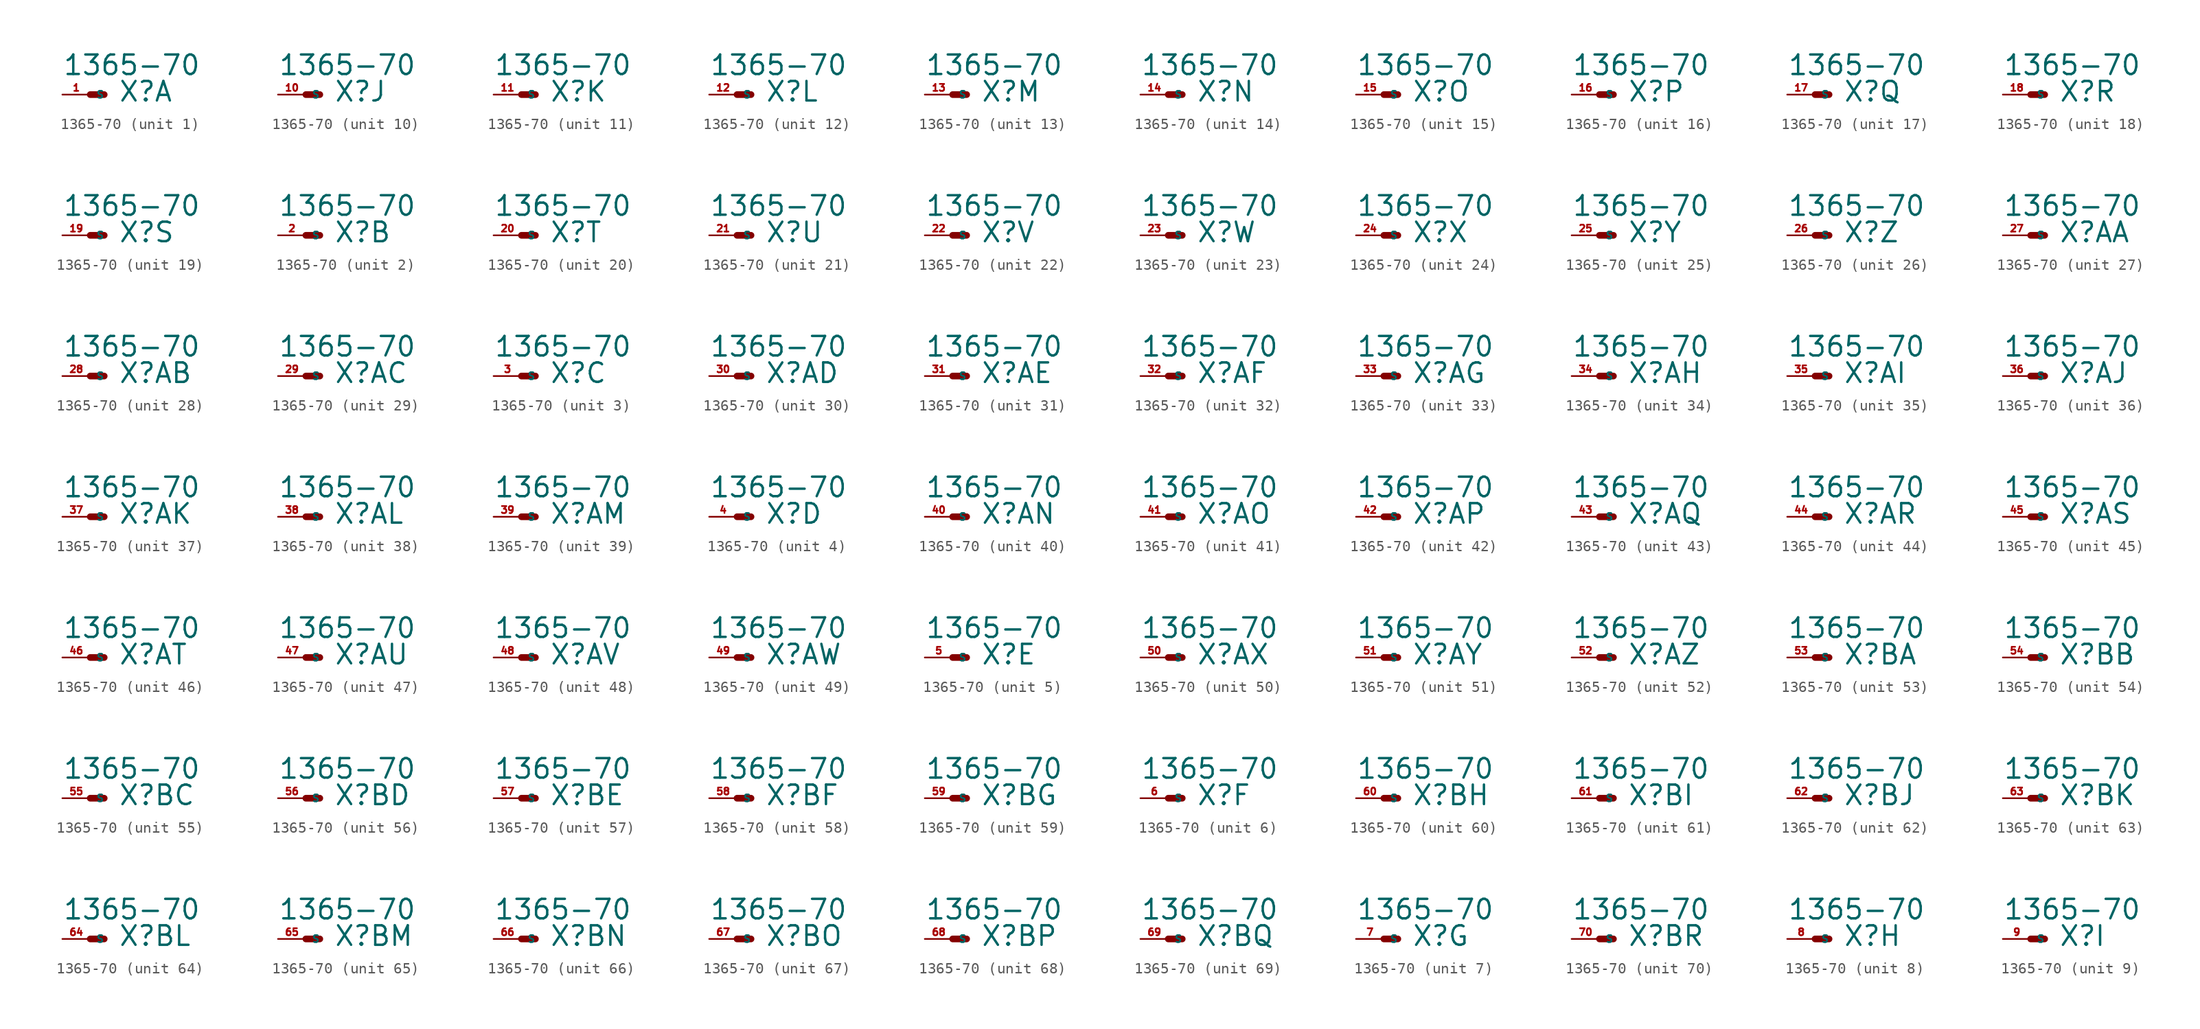
<source format=kicad_sym>
(kicad_symbol_lib
  (version 20220914)
  (generator Eagle2Kicad)
  (symbol "1365-70"
    (property "Reference" "X"
      (at 2.54 -0.762 0)
      (effects (font (size 1.778 1.778) (thickness 0.22)) (justify left bottom)))
    (property "Value" "1365-70"
      (at -2.54 1.651 0)
      (effects (font (size 1.778 1.778) (thickness 0.22)) (justify left bottom)))
    (symbol "1365-70_1_0"
      (polyline (pts (xy 0 0) (xy 1.27 0)) (stroke (width 0.61) (type default)) (fill (type none)))
      (pin passive line (at -2.54 0 0) (length 2.54) (name "S" (effects (font (size 0.635 0.635) (thickness 0.08)) (justify left bottom))) (number "1" (effects (font (size 0.635 0.635) (thickness 0.08)) (justify left bottom)))))
    (symbol "1365-70_2_0"
      (polyline (pts (xy 0 0) (xy 1.27 0)) (stroke (width 0.61) (type default)) (fill (type none)))
      (pin passive line (at -2.54 0 0) (length 2.54) (name "S" (effects (font (size 0.635 0.635) (thickness 0.08)) (justify left bottom))) (number "2" (effects (font (size 0.635 0.635) (thickness 0.08)) (justify left bottom)))))
    (symbol "1365-70_3_0"
      (polyline (pts (xy 0 0) (xy 1.27 0)) (stroke (width 0.61) (type default)) (fill (type none)))
      (pin passive line (at -2.54 0 0) (length 2.54) (name "S" (effects (font (size 0.635 0.635) (thickness 0.08)) (justify left bottom))) (number "3" (effects (font (size 0.635 0.635) (thickness 0.08)) (justify left bottom)))))
    (symbol "1365-70_4_0"
      (polyline (pts (xy 0 0) (xy 1.27 0)) (stroke (width 0.61) (type default)) (fill (type none)))
      (pin passive line (at -2.54 0 0) (length 2.54) (name "S" (effects (font (size 0.635 0.635) (thickness 0.08)) (justify left bottom))) (number "4" (effects (font (size 0.635 0.635) (thickness 0.08)) (justify left bottom)))))
    (symbol "1365-70_5_0"
      (polyline (pts (xy 0 0) (xy 1.27 0)) (stroke (width 0.61) (type default)) (fill (type none)))
      (pin passive line (at -2.54 0 0) (length 2.54) (name "S" (effects (font (size 0.635 0.635) (thickness 0.08)) (justify left bottom))) (number "5" (effects (font (size 0.635 0.635) (thickness 0.08)) (justify left bottom)))))
    (symbol "1365-70_6_0"
      (polyline (pts (xy 0 0) (xy 1.27 0)) (stroke (width 0.61) (type default)) (fill (type none)))
      (pin passive line (at -2.54 0 0) (length 2.54) (name "S" (effects (font (size 0.635 0.635) (thickness 0.08)) (justify left bottom))) (number "6" (effects (font (size 0.635 0.635) (thickness 0.08)) (justify left bottom)))))
    (symbol "1365-70_7_0"
      (polyline (pts (xy 0 0) (xy 1.27 0)) (stroke (width 0.61) (type default)) (fill (type none)))
      (pin passive line (at -2.54 0 0) (length 2.54) (name "S" (effects (font (size 0.635 0.635) (thickness 0.08)) (justify left bottom))) (number "7" (effects (font (size 0.635 0.635) (thickness 0.08)) (justify left bottom)))))
    (symbol "1365-70_8_0"
      (polyline (pts (xy 0 0) (xy 1.27 0)) (stroke (width 0.61) (type default)) (fill (type none)))
      (pin passive line (at -2.54 0 0) (length 2.54) (name "S" (effects (font (size 0.635 0.635) (thickness 0.08)) (justify left bottom))) (number "8" (effects (font (size 0.635 0.635) (thickness 0.08)) (justify left bottom)))))
    (symbol "1365-70_9_0"
      (polyline (pts (xy 0 0) (xy 1.27 0)) (stroke (width 0.61) (type default)) (fill (type none)))
      (pin passive line (at -2.54 0 0) (length 2.54) (name "S" (effects (font (size 0.635 0.635) (thickness 0.08)) (justify left bottom))) (number "9" (effects (font (size 0.635 0.635) (thickness 0.08)) (justify left bottom)))))
    (symbol "1365-70_10_0"
      (polyline (pts (xy 0 0) (xy 1.27 0)) (stroke (width 0.61) (type default)) (fill (type none)))
      (pin passive line (at -2.54 0 0) (length 2.54) (name "S" (effects (font (size 0.635 0.635) (thickness 0.08)) (justify left bottom))) (number "10" (effects (font (size 0.635 0.635) (thickness 0.08)) (justify left bottom)))))
    (symbol "1365-70_11_0"
      (polyline (pts (xy 0 0) (xy 1.27 0)) (stroke (width 0.61) (type default)) (fill (type none)))
      (pin passive line (at -2.54 0 0) (length 2.54) (name "S" (effects (font (size 0.635 0.635) (thickness 0.08)) (justify left bottom))) (number "11" (effects (font (size 0.635 0.635) (thickness 0.08)) (justify left bottom)))))
    (symbol "1365-70_12_0"
      (polyline (pts (xy 0 0) (xy 1.27 0)) (stroke (width 0.61) (type default)) (fill (type none)))
      (pin passive line (at -2.54 0 0) (length 2.54) (name "S" (effects (font (size 0.635 0.635) (thickness 0.08)) (justify left bottom))) (number "12" (effects (font (size 0.635 0.635) (thickness 0.08)) (justify left bottom)))))
    (symbol "1365-70_13_0"
      (polyline (pts (xy 0 0) (xy 1.27 0)) (stroke (width 0.61) (type default)) (fill (type none)))
      (pin passive line (at -2.54 0 0) (length 2.54) (name "S" (effects (font (size 0.635 0.635) (thickness 0.08)) (justify left bottom))) (number "13" (effects (font (size 0.635 0.635) (thickness 0.08)) (justify left bottom)))))
    (symbol "1365-70_14_0"
      (polyline (pts (xy 0 0) (xy 1.27 0)) (stroke (width 0.61) (type default)) (fill (type none)))
      (pin passive line (at -2.54 0 0) (length 2.54) (name "S" (effects (font (size 0.635 0.635) (thickness 0.08)) (justify left bottom))) (number "14" (effects (font (size 0.635 0.635) (thickness 0.08)) (justify left bottom)))))
    (symbol "1365-70_15_0"
      (polyline (pts (xy 0 0) (xy 1.27 0)) (stroke (width 0.61) (type default)) (fill (type none)))
      (pin passive line (at -2.54 0 0) (length 2.54) (name "S" (effects (font (size 0.635 0.635) (thickness 0.08)) (justify left bottom))) (number "15" (effects (font (size 0.635 0.635) (thickness 0.08)) (justify left bottom)))))
    (symbol "1365-70_16_0"
      (polyline (pts (xy 0 0) (xy 1.27 0)) (stroke (width 0.61) (type default)) (fill (type none)))
      (pin passive line (at -2.54 0 0) (length 2.54) (name "S" (effects (font (size 0.635 0.635) (thickness 0.08)) (justify left bottom))) (number "16" (effects (font (size 0.635 0.635) (thickness 0.08)) (justify left bottom)))))
    (symbol "1365-70_17_0"
      (polyline (pts (xy 0 0) (xy 1.27 0)) (stroke (width 0.61) (type default)) (fill (type none)))
      (pin passive line (at -2.54 0 0) (length 2.54) (name "S" (effects (font (size 0.635 0.635) (thickness 0.08)) (justify left bottom))) (number "17" (effects (font (size 0.635 0.635) (thickness 0.08)) (justify left bottom)))))
    (symbol "1365-70_18_0"
      (polyline (pts (xy 0 0) (xy 1.27 0)) (stroke (width 0.61) (type default)) (fill (type none)))
      (pin passive line (at -2.54 0 0) (length 2.54) (name "S" (effects (font (size 0.635 0.635) (thickness 0.08)) (justify left bottom))) (number "18" (effects (font (size 0.635 0.635) (thickness 0.08)) (justify left bottom)))))
    (symbol "1365-70_19_0"
      (polyline (pts (xy 0 0) (xy 1.27 0)) (stroke (width 0.61) (type default)) (fill (type none)))
      (pin passive line (at -2.54 0 0) (length 2.54) (name "S" (effects (font (size 0.635 0.635) (thickness 0.08)) (justify left bottom))) (number "19" (effects (font (size 0.635 0.635) (thickness 0.08)) (justify left bottom)))))
    (symbol "1365-70_20_0"
      (polyline (pts (xy 0 0) (xy 1.27 0)) (stroke (width 0.61) (type default)) (fill (type none)))
      (pin passive line (at -2.54 0 0) (length 2.54) (name "S" (effects (font (size 0.635 0.635) (thickness 0.08)) (justify left bottom))) (number "20" (effects (font (size 0.635 0.635) (thickness 0.08)) (justify left bottom)))))
    (symbol "1365-70_21_0"
      (polyline (pts (xy 0 0) (xy 1.27 0)) (stroke (width 0.61) (type default)) (fill (type none)))
      (pin passive line (at -2.54 0 0) (length 2.54) (name "S" (effects (font (size 0.635 0.635) (thickness 0.08)) (justify left bottom))) (number "21" (effects (font (size 0.635 0.635) (thickness 0.08)) (justify left bottom)))))
    (symbol "1365-70_22_0"
      (polyline (pts (xy 0 0) (xy 1.27 0)) (stroke (width 0.61) (type default)) (fill (type none)))
      (pin passive line (at -2.54 0 0) (length 2.54) (name "S" (effects (font (size 0.635 0.635) (thickness 0.08)) (justify left bottom))) (number "22" (effects (font (size 0.635 0.635) (thickness 0.08)) (justify left bottom)))))
    (symbol "1365-70_23_0"
      (polyline (pts (xy 0 0) (xy 1.27 0)) (stroke (width 0.61) (type default)) (fill (type none)))
      (pin passive line (at -2.54 0 0) (length 2.54) (name "S" (effects (font (size 0.635 0.635) (thickness 0.08)) (justify left bottom))) (number "23" (effects (font (size 0.635 0.635) (thickness 0.08)) (justify left bottom)))))
    (symbol "1365-70_24_0"
      (polyline (pts (xy 0 0) (xy 1.27 0)) (stroke (width 0.61) (type default)) (fill (type none)))
      (pin passive line (at -2.54 0 0) (length 2.54) (name "S" (effects (font (size 0.635 0.635) (thickness 0.08)) (justify left bottom))) (number "24" (effects (font (size 0.635 0.635) (thickness 0.08)) (justify left bottom)))))
    (symbol "1365-70_25_0"
      (polyline (pts (xy 0 0) (xy 1.27 0)) (stroke (width 0.61) (type default)) (fill (type none)))
      (pin passive line (at -2.54 0 0) (length 2.54) (name "S" (effects (font (size 0.635 0.635) (thickness 0.08)) (justify left bottom))) (number "25" (effects (font (size 0.635 0.635) (thickness 0.08)) (justify left bottom)))))
    (symbol "1365-70_26_0"
      (polyline (pts (xy 0 0) (xy 1.27 0)) (stroke (width 0.61) (type default)) (fill (type none)))
      (pin passive line (at -2.54 0 0) (length 2.54) (name "S" (effects (font (size 0.635 0.635) (thickness 0.08)) (justify left bottom))) (number "26" (effects (font (size 0.635 0.635) (thickness 0.08)) (justify left bottom)))))
    (symbol "1365-70_27_0"
      (polyline (pts (xy 0 0) (xy 1.27 0)) (stroke (width 0.61) (type default)) (fill (type none)))
      (pin passive line (at -2.54 0 0) (length 2.54) (name "S" (effects (font (size 0.635 0.635) (thickness 0.08)) (justify left bottom))) (number "27" (effects (font (size 0.635 0.635) (thickness 0.08)) (justify left bottom)))))
    (symbol "1365-70_28_0"
      (polyline (pts (xy 0 0) (xy 1.27 0)) (stroke (width 0.61) (type default)) (fill (type none)))
      (pin passive line (at -2.54 0 0) (length 2.54) (name "S" (effects (font (size 0.635 0.635) (thickness 0.08)) (justify left bottom))) (number "28" (effects (font (size 0.635 0.635) (thickness 0.08)) (justify left bottom)))))
    (symbol "1365-70_29_0"
      (polyline (pts (xy 0 0) (xy 1.27 0)) (stroke (width 0.61) (type default)) (fill (type none)))
      (pin passive line (at -2.54 0 0) (length 2.54) (name "S" (effects (font (size 0.635 0.635) (thickness 0.08)) (justify left bottom))) (number "29" (effects (font (size 0.635 0.635) (thickness 0.08)) (justify left bottom)))))
    (symbol "1365-70_30_0"
      (polyline (pts (xy 0 0) (xy 1.27 0)) (stroke (width 0.61) (type default)) (fill (type none)))
      (pin passive line (at -2.54 0 0) (length 2.54) (name "S" (effects (font (size 0.635 0.635) (thickness 0.08)) (justify left bottom))) (number "30" (effects (font (size 0.635 0.635) (thickness 0.08)) (justify left bottom)))))
    (symbol "1365-70_31_0"
      (polyline (pts (xy 0 0) (xy 1.27 0)) (stroke (width 0.61) (type default)) (fill (type none)))
      (pin passive line (at -2.54 0 0) (length 2.54) (name "S" (effects (font (size 0.635 0.635) (thickness 0.08)) (justify left bottom))) (number "31" (effects (font (size 0.635 0.635) (thickness 0.08)) (justify left bottom)))))
    (symbol "1365-70_32_0"
      (polyline (pts (xy 0 0) (xy 1.27 0)) (stroke (width 0.61) (type default)) (fill (type none)))
      (pin passive line (at -2.54 0 0) (length 2.54) (name "S" (effects (font (size 0.635 0.635) (thickness 0.08)) (justify left bottom))) (number "32" (effects (font (size 0.635 0.635) (thickness 0.08)) (justify left bottom)))))
    (symbol "1365-70_33_0"
      (polyline (pts (xy 0 0) (xy 1.27 0)) (stroke (width 0.61) (type default)) (fill (type none)))
      (pin passive line (at -2.54 0 0) (length 2.54) (name "S" (effects (font (size 0.635 0.635) (thickness 0.08)) (justify left bottom))) (number "33" (effects (font (size 0.635 0.635) (thickness 0.08)) (justify left bottom)))))
    (symbol "1365-70_34_0"
      (polyline (pts (xy 0 0) (xy 1.27 0)) (stroke (width 0.61) (type default)) (fill (type none)))
      (pin passive line (at -2.54 0 0) (length 2.54) (name "S" (effects (font (size 0.635 0.635) (thickness 0.08)) (justify left bottom))) (number "34" (effects (font (size 0.635 0.635) (thickness 0.08)) (justify left bottom)))))
    (symbol "1365-70_35_0"
      (polyline (pts (xy 0 0) (xy 1.27 0)) (stroke (width 0.61) (type default)) (fill (type none)))
      (pin passive line (at -2.54 0 0) (length 2.54) (name "S" (effects (font (size 0.635 0.635) (thickness 0.08)) (justify left bottom))) (number "35" (effects (font (size 0.635 0.635) (thickness 0.08)) (justify left bottom)))))
    (symbol "1365-70_36_0"
      (polyline (pts (xy 0 0) (xy 1.27 0)) (stroke (width 0.61) (type default)) (fill (type none)))
      (pin passive line (at -2.54 0 0) (length 2.54) (name "S" (effects (font (size 0.635 0.635) (thickness 0.08)) (justify left bottom))) (number "36" (effects (font (size 0.635 0.635) (thickness 0.08)) (justify left bottom)))))
    (symbol "1365-70_37_0"
      (polyline (pts (xy 0 0) (xy 1.27 0)) (stroke (width 0.61) (type default)) (fill (type none)))
      (pin passive line (at -2.54 0 0) (length 2.54) (name "S" (effects (font (size 0.635 0.635) (thickness 0.08)) (justify left bottom))) (number "37" (effects (font (size 0.635 0.635) (thickness 0.08)) (justify left bottom)))))
    (symbol "1365-70_38_0"
      (polyline (pts (xy 0 0) (xy 1.27 0)) (stroke (width 0.61) (type default)) (fill (type none)))
      (pin passive line (at -2.54 0 0) (length 2.54) (name "S" (effects (font (size 0.635 0.635) (thickness 0.08)) (justify left bottom))) (number "38" (effects (font (size 0.635 0.635) (thickness 0.08)) (justify left bottom)))))
    (symbol "1365-70_39_0"
      (polyline (pts (xy 0 0) (xy 1.27 0)) (stroke (width 0.61) (type default)) (fill (type none)))
      (pin passive line (at -2.54 0 0) (length 2.54) (name "S" (effects (font (size 0.635 0.635) (thickness 0.08)) (justify left bottom))) (number "39" (effects (font (size 0.635 0.635) (thickness 0.08)) (justify left bottom)))))
    (symbol "1365-70_40_0"
      (polyline (pts (xy 0 0) (xy 1.27 0)) (stroke (width 0.61) (type default)) (fill (type none)))
      (pin passive line (at -2.54 0 0) (length 2.54) (name "S" (effects (font (size 0.635 0.635) (thickness 0.08)) (justify left bottom))) (number "40" (effects (font (size 0.635 0.635) (thickness 0.08)) (justify left bottom)))))
    (symbol "1365-70_41_0"
      (polyline (pts (xy 0 0) (xy 1.27 0)) (stroke (width 0.61) (type default)) (fill (type none)))
      (pin passive line (at -2.54 0 0) (length 2.54) (name "S" (effects (font (size 0.635 0.635) (thickness 0.08)) (justify left bottom))) (number "41" (effects (font (size 0.635 0.635) (thickness 0.08)) (justify left bottom)))))
    (symbol "1365-70_42_0"
      (polyline (pts (xy 0 0) (xy 1.27 0)) (stroke (width 0.61) (type default)) (fill (type none)))
      (pin passive line (at -2.54 0 0) (length 2.54) (name "S" (effects (font (size 0.635 0.635) (thickness 0.08)) (justify left bottom))) (number "42" (effects (font (size 0.635 0.635) (thickness 0.08)) (justify left bottom)))))
    (symbol "1365-70_43_0"
      (polyline (pts (xy 0 0) (xy 1.27 0)) (stroke (width 0.61) (type default)) (fill (type none)))
      (pin passive line (at -2.54 0 0) (length 2.54) (name "S" (effects (font (size 0.635 0.635) (thickness 0.08)) (justify left bottom))) (number "43" (effects (font (size 0.635 0.635) (thickness 0.08)) (justify left bottom)))))
    (symbol "1365-70_44_0"
      (polyline (pts (xy 0 0) (xy 1.27 0)) (stroke (width 0.61) (type default)) (fill (type none)))
      (pin passive line (at -2.54 0 0) (length 2.54) (name "S" (effects (font (size 0.635 0.635) (thickness 0.08)) (justify left bottom))) (number "44" (effects (font (size 0.635 0.635) (thickness 0.08)) (justify left bottom)))))
    (symbol "1365-70_45_0"
      (polyline (pts (xy 0 0) (xy 1.27 0)) (stroke (width 0.61) (type default)) (fill (type none)))
      (pin passive line (at -2.54 0 0) (length 2.54) (name "S" (effects (font (size 0.635 0.635) (thickness 0.08)) (justify left bottom))) (number "45" (effects (font (size 0.635 0.635) (thickness 0.08)) (justify left bottom)))))
    (symbol "1365-70_46_0"
      (polyline (pts (xy 0 0) (xy 1.27 0)) (stroke (width 0.61) (type default)) (fill (type none)))
      (pin passive line (at -2.54 0 0) (length 2.54) (name "S" (effects (font (size 0.635 0.635) (thickness 0.08)) (justify left bottom))) (number "46" (effects (font (size 0.635 0.635) (thickness 0.08)) (justify left bottom)))))
    (symbol "1365-70_47_0"
      (polyline (pts (xy 0 0) (xy 1.27 0)) (stroke (width 0.61) (type default)) (fill (type none)))
      (pin passive line (at -2.54 0 0) (length 2.54) (name "S" (effects (font (size 0.635 0.635) (thickness 0.08)) (justify left bottom))) (number "47" (effects (font (size 0.635 0.635) (thickness 0.08)) (justify left bottom)))))
    (symbol "1365-70_48_0"
      (polyline (pts (xy 0 0) (xy 1.27 0)) (stroke (width 0.61) (type default)) (fill (type none)))
      (pin passive line (at -2.54 0 0) (length 2.54) (name "S" (effects (font (size 0.635 0.635) (thickness 0.08)) (justify left bottom))) (number "48" (effects (font (size 0.635 0.635) (thickness 0.08)) (justify left bottom)))))
    (symbol "1365-70_49_0"
      (polyline (pts (xy 0 0) (xy 1.27 0)) (stroke (width 0.61) (type default)) (fill (type none)))
      (pin passive line (at -2.54 0 0) (length 2.54) (name "S" (effects (font (size 0.635 0.635) (thickness 0.08)) (justify left bottom))) (number "49" (effects (font (size 0.635 0.635) (thickness 0.08)) (justify left bottom)))))
    (symbol "1365-70_50_0"
      (polyline (pts (xy 0 0) (xy 1.27 0)) (stroke (width 0.61) (type default)) (fill (type none)))
      (pin passive line (at -2.54 0 0) (length 2.54) (name "S" (effects (font (size 0.635 0.635) (thickness 0.08)) (justify left bottom))) (number "50" (effects (font (size 0.635 0.635) (thickness 0.08)) (justify left bottom)))))
    (symbol "1365-70_51_0"
      (polyline (pts (xy 0 0) (xy 1.27 0)) (stroke (width 0.61) (type default)) (fill (type none)))
      (pin passive line (at -2.54 0 0) (length 2.54) (name "S" (effects (font (size 0.635 0.635) (thickness 0.08)) (justify left bottom))) (number "51" (effects (font (size 0.635 0.635) (thickness 0.08)) (justify left bottom)))))
    (symbol "1365-70_52_0"
      (polyline (pts (xy 0 0) (xy 1.27 0)) (stroke (width 0.61) (type default)) (fill (type none)))
      (pin passive line (at -2.54 0 0) (length 2.54) (name "S" (effects (font (size 0.635 0.635) (thickness 0.08)) (justify left bottom))) (number "52" (effects (font (size 0.635 0.635) (thickness 0.08)) (justify left bottom)))))
    (symbol "1365-70_53_0"
      (polyline (pts (xy 0 0) (xy 1.27 0)) (stroke (width 0.61) (type default)) (fill (type none)))
      (pin passive line (at -2.54 0 0) (length 2.54) (name "S" (effects (font (size 0.635 0.635) (thickness 0.08)) (justify left bottom))) (number "53" (effects (font (size 0.635 0.635) (thickness 0.08)) (justify left bottom)))))
    (symbol "1365-70_54_0"
      (polyline (pts (xy 0 0) (xy 1.27 0)) (stroke (width 0.61) (type default)) (fill (type none)))
      (pin passive line (at -2.54 0 0) (length 2.54) (name "S" (effects (font (size 0.635 0.635) (thickness 0.08)) (justify left bottom))) (number "54" (effects (font (size 0.635 0.635) (thickness 0.08)) (justify left bottom)))))
    (symbol "1365-70_55_0"
      (polyline (pts (xy 0 0) (xy 1.27 0)) (stroke (width 0.61) (type default)) (fill (type none)))
      (pin passive line (at -2.54 0 0) (length 2.54) (name "S" (effects (font (size 0.635 0.635) (thickness 0.08)) (justify left bottom))) (number "55" (effects (font (size 0.635 0.635) (thickness 0.08)) (justify left bottom)))))
    (symbol "1365-70_56_0"
      (polyline (pts (xy 0 0) (xy 1.27 0)) (stroke (width 0.61) (type default)) (fill (type none)))
      (pin passive line (at -2.54 0 0) (length 2.54) (name "S" (effects (font (size 0.635 0.635) (thickness 0.08)) (justify left bottom))) (number "56" (effects (font (size 0.635 0.635) (thickness 0.08)) (justify left bottom)))))
    (symbol "1365-70_57_0"
      (polyline (pts (xy 0 0) (xy 1.27 0)) (stroke (width 0.61) (type default)) (fill (type none)))
      (pin passive line (at -2.54 0 0) (length 2.54) (name "S" (effects (font (size 0.635 0.635) (thickness 0.08)) (justify left bottom))) (number "57" (effects (font (size 0.635 0.635) (thickness 0.08)) (justify left bottom)))))
    (symbol "1365-70_58_0"
      (polyline (pts (xy 0 0) (xy 1.27 0)) (stroke (width 0.61) (type default)) (fill (type none)))
      (pin passive line (at -2.54 0 0) (length 2.54) (name "S" (effects (font (size 0.635 0.635) (thickness 0.08)) (justify left bottom))) (number "58" (effects (font (size 0.635 0.635) (thickness 0.08)) (justify left bottom)))))
    (symbol "1365-70_59_0"
      (polyline (pts (xy 0 0) (xy 1.27 0)) (stroke (width 0.61) (type default)) (fill (type none)))
      (pin passive line (at -2.54 0 0) (length 2.54) (name "S" (effects (font (size 0.635 0.635) (thickness 0.08)) (justify left bottom))) (number "59" (effects (font (size 0.635 0.635) (thickness 0.08)) (justify left bottom)))))
    (symbol "1365-70_60_0"
      (polyline (pts (xy 0 0) (xy 1.27 0)) (stroke (width 0.61) (type default)) (fill (type none)))
      (pin passive line (at -2.54 0 0) (length 2.54) (name "S" (effects (font (size 0.635 0.635) (thickness 0.08)) (justify left bottom))) (number "60" (effects (font (size 0.635 0.635) (thickness 0.08)) (justify left bottom)))))
    (symbol "1365-70_61_0"
      (polyline (pts (xy 0 0) (xy 1.27 0)) (stroke (width 0.61) (type default)) (fill (type none)))
      (pin passive line (at -2.54 0 0) (length 2.54) (name "S" (effects (font (size 0.635 0.635) (thickness 0.08)) (justify left bottom))) (number "61" (effects (font (size 0.635 0.635) (thickness 0.08)) (justify left bottom)))))
    (symbol "1365-70_62_0"
      (polyline (pts (xy 0 0) (xy 1.27 0)) (stroke (width 0.61) (type default)) (fill (type none)))
      (pin passive line (at -2.54 0 0) (length 2.54) (name "S" (effects (font (size 0.635 0.635) (thickness 0.08)) (justify left bottom))) (number "62" (effects (font (size 0.635 0.635) (thickness 0.08)) (justify left bottom)))))
    (symbol "1365-70_63_0"
      (polyline (pts (xy 0 0) (xy 1.27 0)) (stroke (width 0.61) (type default)) (fill (type none)))
      (pin passive line (at -2.54 0 0) (length 2.54) (name "S" (effects (font (size 0.635 0.635) (thickness 0.08)) (justify left bottom))) (number "63" (effects (font (size 0.635 0.635) (thickness 0.08)) (justify left bottom)))))
    (symbol "1365-70_64_0"
      (polyline (pts (xy 0 0) (xy 1.27 0)) (stroke (width 0.61) (type default)) (fill (type none)))
      (pin passive line (at -2.54 0 0) (length 2.54) (name "S" (effects (font (size 0.635 0.635) (thickness 0.08)) (justify left bottom))) (number "64" (effects (font (size 0.635 0.635) (thickness 0.08)) (justify left bottom)))))
    (symbol "1365-70_65_0"
      (polyline (pts (xy 0 0) (xy 1.27 0)) (stroke (width 0.61) (type default)) (fill (type none)))
      (pin passive line (at -2.54 0 0) (length 2.54) (name "S" (effects (font (size 0.635 0.635) (thickness 0.08)) (justify left bottom))) (number "65" (effects (font (size 0.635 0.635) (thickness 0.08)) (justify left bottom)))))
    (symbol "1365-70_66_0"
      (polyline (pts (xy 0 0) (xy 1.27 0)) (stroke (width 0.61) (type default)) (fill (type none)))
      (pin passive line (at -2.54 0 0) (length 2.54) (name "S" (effects (font (size 0.635 0.635) (thickness 0.08)) (justify left bottom))) (number "66" (effects (font (size 0.635 0.635) (thickness 0.08)) (justify left bottom)))))
    (symbol "1365-70_67_0"
      (polyline (pts (xy 0 0) (xy 1.27 0)) (stroke (width 0.61) (type default)) (fill (type none)))
      (pin passive line (at -2.54 0 0) (length 2.54) (name "S" (effects (font (size 0.635 0.635) (thickness 0.08)) (justify left bottom))) (number "67" (effects (font (size 0.635 0.635) (thickness 0.08)) (justify left bottom)))))
    (symbol "1365-70_68_0"
      (polyline (pts (xy 0 0) (xy 1.27 0)) (stroke (width 0.61) (type default)) (fill (type none)))
      (pin passive line (at -2.54 0 0) (length 2.54) (name "S" (effects (font (size 0.635 0.635) (thickness 0.08)) (justify left bottom))) (number "68" (effects (font (size 0.635 0.635) (thickness 0.08)) (justify left bottom)))))
    (symbol "1365-70_69_0"
      (polyline (pts (xy 0 0) (xy 1.27 0)) (stroke (width 0.61) (type default)) (fill (type none)))
      (pin passive line (at -2.54 0 0) (length 2.54) (name "S" (effects (font (size 0.635 0.635) (thickness 0.08)) (justify left bottom))) (number "69" (effects (font (size 0.635 0.635) (thickness 0.08)) (justify left bottom)))))
    (symbol "1365-70_70_0"
      (polyline (pts (xy 0 0) (xy 1.27 0)) (stroke (width 0.61) (type default)) (fill (type none)))
      (pin passive line (at -2.54 0 0) (length 2.54) (name "S" (effects (font (size 0.635 0.635) (thickness 0.08)) (justify left bottom))) (number "70" (effects (font (size 0.635 0.635) (thickness 0.08)) (justify left bottom)))))))
</source>
